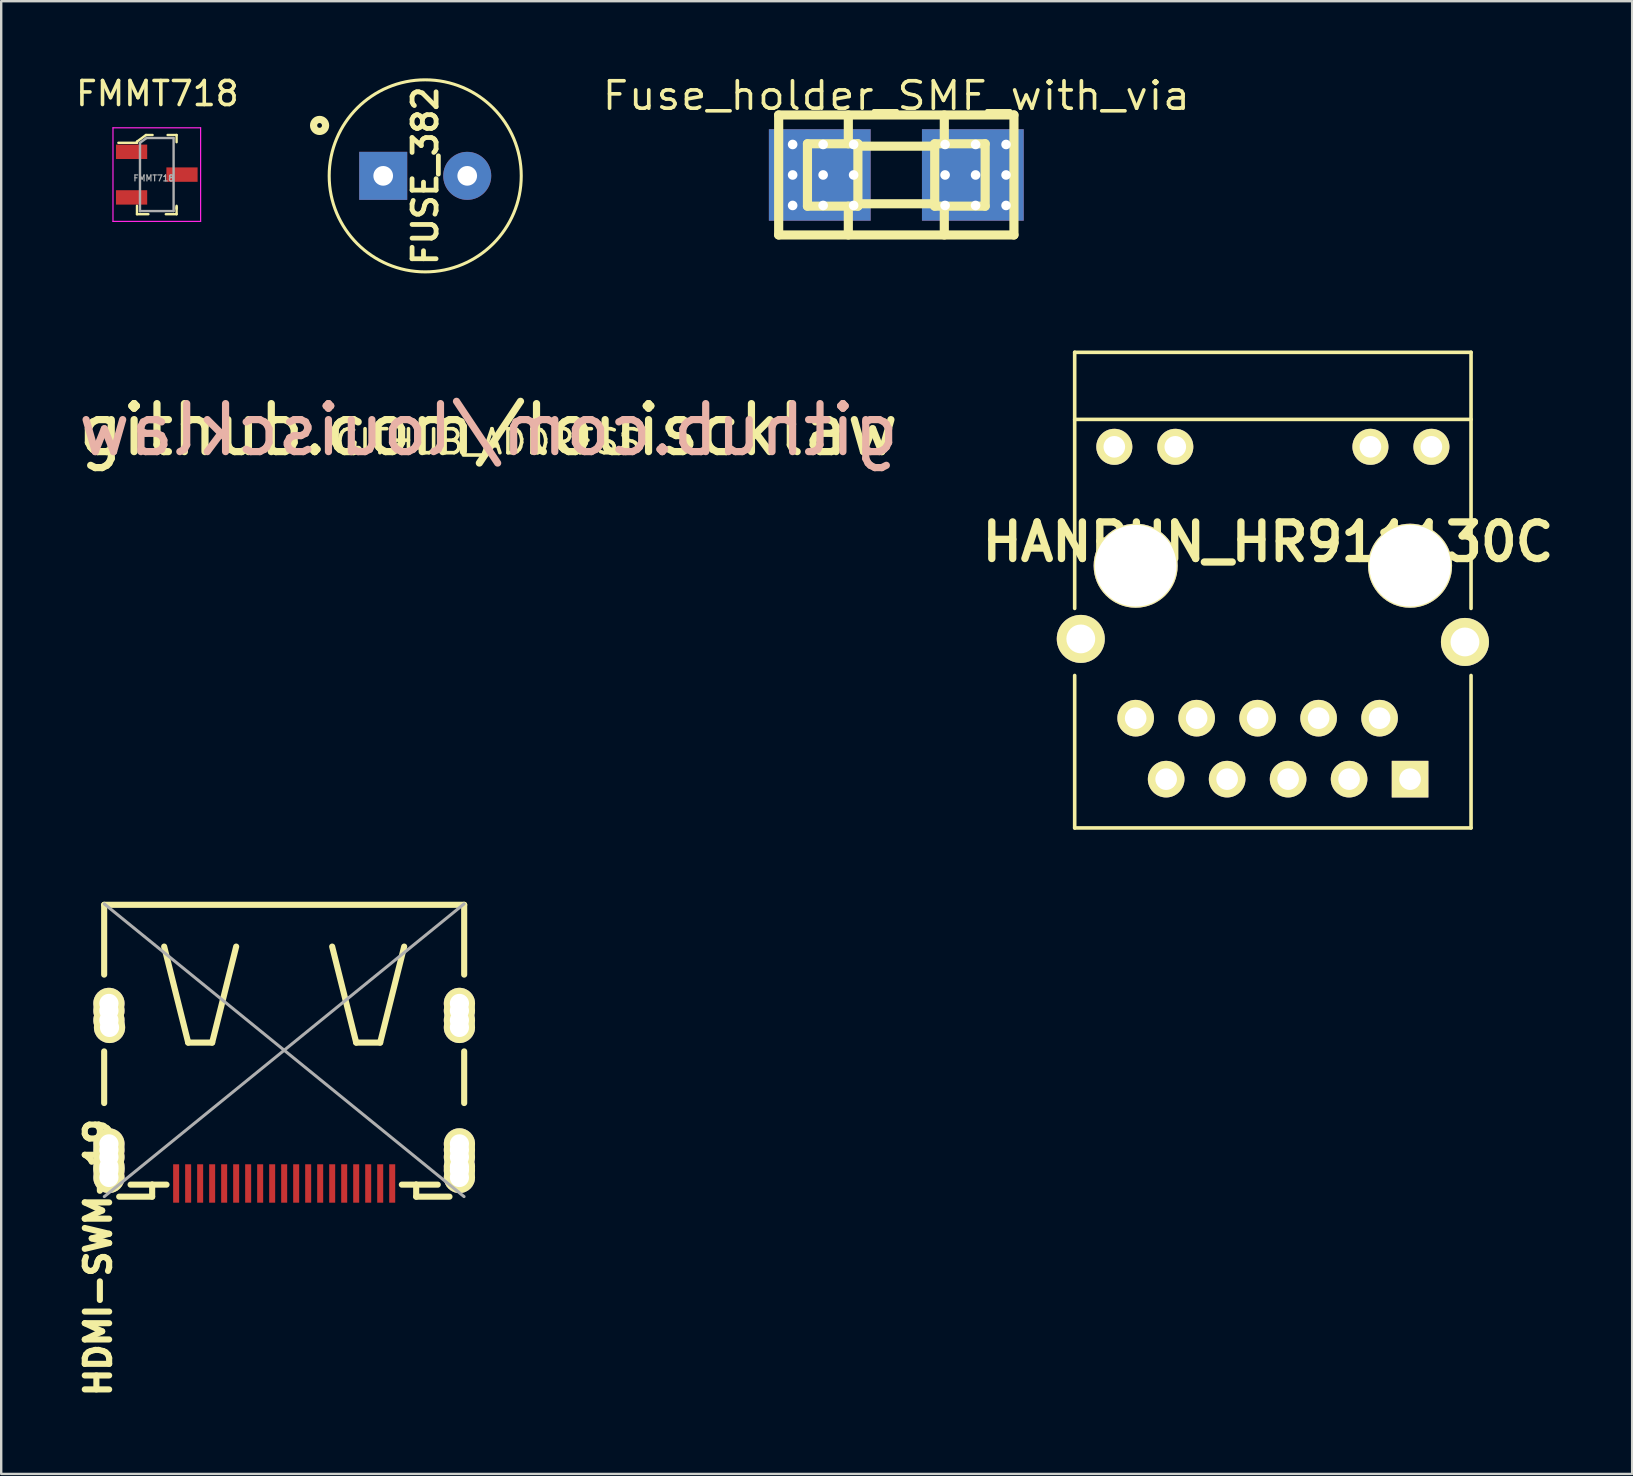
<source format=kicad_pcb>
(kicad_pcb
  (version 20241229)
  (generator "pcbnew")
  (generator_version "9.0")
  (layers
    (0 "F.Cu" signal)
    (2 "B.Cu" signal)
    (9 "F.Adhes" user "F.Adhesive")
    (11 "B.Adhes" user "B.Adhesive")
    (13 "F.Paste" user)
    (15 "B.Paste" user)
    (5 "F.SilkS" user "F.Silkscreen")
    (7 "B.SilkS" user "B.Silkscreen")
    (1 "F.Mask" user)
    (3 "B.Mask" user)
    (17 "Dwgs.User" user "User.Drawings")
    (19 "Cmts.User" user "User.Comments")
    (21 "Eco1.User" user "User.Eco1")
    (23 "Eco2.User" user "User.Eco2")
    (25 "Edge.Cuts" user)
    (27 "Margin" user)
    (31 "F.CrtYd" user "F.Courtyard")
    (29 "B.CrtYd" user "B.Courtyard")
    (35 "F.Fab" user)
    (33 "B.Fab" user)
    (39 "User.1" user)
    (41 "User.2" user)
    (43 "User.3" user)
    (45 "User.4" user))
  (footprint "FMMT718"
    (layer "F.Cu")
    (at 3.481 4.223)
    (property "Reference" "FMMT718" (at 0.025 -3.375 0) (layer "F.SilkS") (effects (font (size 1 1) (thickness 0.15))))
    (attr through_hole)
    (fp_line (start -0.825 -1.375) (end -0.825 -1.325) (stroke (width 0.1) (type solid)) (layer "F.SilkS"))
    (fp_line (start -0.825 -1.325) (end -1.6 -1.325) (stroke (width 0.1) (type solid)) (layer "F.SilkS"))
    (fp_line (start -0.825 1.65) (end -0.825 1.3) (stroke (width 0.1) (type solid)) (layer "F.SilkS"))
    (fp_line (start -0.45 -1.65) (end -0.825 -1.375) (stroke (width 0.1) (type solid)) (layer "F.SilkS"))
    (fp_line (start -0.35 1.65) (end -0.825 1.65) (stroke (width 0.1) (type solid)) (layer "F.SilkS"))
    (fp_line (start -0.175 -1.65) (end -0.45 -1.65) (stroke (width 0.1) (type solid)) (layer "F.SilkS"))
    (fp_line (start 0.45 -1.65) (end 0.825 -1.65) (stroke (width 0.1) (type solid)) (layer "F.SilkS"))
    (fp_line (start 0.825 -1.65) (end 0.825 -1.35) (stroke (width 0.1) (type solid)) (layer "F.SilkS"))
    (fp_line (start 0.825 1.35) (end 0.825 1.65) (stroke (width 0.1) (type solid)) (layer "F.SilkS"))
    (fp_line (start 0.825 1.425) (end 0.825 1.3) (stroke (width 0.1) (type solid)) (layer "F.SilkS"))
    (fp_line (start 0.825 1.65) (end 0.375 1.65) (stroke (width 0.1) (type solid)) (layer "F.SilkS"))
    (fp_line (start -1.825 -1.95) (end -1.825 1.95) (stroke (width 0.05) (type solid)) (layer "F.CrtYd"))
    (fp_line (start -1.825 -1.95) (end 1.825 -1.95) (stroke (width 0.05) (type solid)) (layer "F.CrtYd"))
    (fp_line (start 1.825 -1.95) (end 1.825 1.95) (stroke (width 0.05) (type solid)) (layer "F.CrtYd"))
    (fp_line (start 1.825 1.95) (end -1.825 1.95) (stroke (width 0.05) (type solid)) (layer "F.CrtYd"))
    (fp_line (start -0.7 -1.325) (end -0.7 1.525) (stroke (width 0.1) (type solid)) (layer "F.Fab"))
    (fp_line (start -0.7 1.52) (end 0.7 1.52) (stroke (width 0.1) (type solid)) (layer "F.Fab"))
    (fp_line (start -0.425 -1.525) (end -0.7 -1.325) (stroke (width 0.1) (type solid)) (layer "F.Fab"))
    (fp_line (start -0.425 -1.525) (end 0.7 -1.525) (stroke (width 0.1) (type solid)) (layer "F.Fab"))
    (fp_line (start 0.7 1.52) (end 0.7 -1.52) (stroke (width 0.1) (type solid)) (layer "F.Fab"))
    (fp_text user "${REFERENCE}" (at -0.125 0.15 0) (layer "F.Fab") (effects (font (size 0.25 0.25) (thickness 0.05))))
    (pad "1" smd rect (at -1.05 -0.95) (size 1.3 0.6) (layers "F.Cu" "F.Mask" "F.Paste"))
    (pad "2" smd rect (at -1.05 0.95) (size 1.3 0.6) (layers "F.Cu" "F.Mask" "F.Paste"))
    (pad "3" smd rect (at 1.05 0) (size 1.3 0.6) (layers "F.Cu" "F.Mask" "F.Paste")))
  (footprint "FUSE_382"
    (layer "F.Cu")
    (at 14.662 4.275)
    (property "Reference" "FUSE_382" (at 0 0 270) (layer "F.SilkS") (effects (font (size 1 1) (thickness 0.2))))
    (attr through_hole)
    (fp_circle (center -4.4 -2.1) (end -4.3 -2.1) (stroke (width 0.3) (type solid)) (fill no) (layer "F.SilkS"))
    (fp_circle (center 0 0) (end 4 0) (stroke (width 0.127) (type solid)) (fill no) (layer "F.SilkS"))
    (fp_circle (center 0 0) (end 4.25 0) (stroke (width 0.05) (type solid)) (fill no) (layer "Eco1.User"))
    (fp_circle (center -4.4 -2.1) (end -4.3 -2.1) (stroke (width 0.3) (type solid)) (fill no) (layer "Eco2.User"))
    (fp_circle (center 0 0) (end 4 0) (stroke (width 0.127) (type solid)) (fill no) (layer "Eco2.User"))
    (pad "1" thru_hole rect (at -1.75 0) (size 2 2) (drill 0.82) (layers "*.Cu" "*.Mask"))
    (pad "2" thru_hole circle (at 1.75 0) (size 2 2) (drill 0.82) (layers "*.Cu" "*.Mask")))
  (footprint "Fuse_holder_SMF_with_via"
    (layer "F.Cu")
    (at 34.285 4.238)
    (property "Reference" "Fuse_holder_SMF_with_via" (at 0 -3.302 0) (layer "F.SilkS") (effects (font (size 1.143 1.27) (thickness 0.152))))
    (attr through_hole)
    (fp_line (start -4.9 -2.499) (end 4.9 -2.499) (stroke (width 0.381) (type solid)) (layer "F.SilkS"))
    (fp_line (start -4.9 2.499) (end -4.9 -2.499) (stroke (width 0.381) (type solid)) (layer "F.SilkS"))
    (fp_line (start -3.701 -1.3) (end -3.701 1.3) (stroke (width 0.381) (type solid)) (layer "F.SilkS"))
    (fp_line (start -3.701 -1.3) (end -1.6 -1.3) (stroke (width 0.381) (type solid)) (layer "F.SilkS"))
    (fp_line (start -1.999 -2.499) (end -1.999 -1.3) (stroke (width 0.381) (type solid)) (layer "F.SilkS"))
    (fp_line (start -1.999 2.499) (end -1.999 1.3) (stroke (width 0.381) (type solid)) (layer "F.SilkS"))
    (fp_line (start -1.6 -1.3) (end -1.6 1.3) (stroke (width 0.381) (type solid)) (layer "F.SilkS"))
    (fp_line (start -1.6 1.3) (end -3.701 1.3) (stroke (width 0.381) (type solid)) (layer "F.SilkS"))
    (fp_line (start 1.6 -1.3) (end 1.6 1.3) (stroke (width 0.381) (type solid)) (layer "F.SilkS"))
    (fp_line (start 1.6 -1.199) (end -1.6 -1.199) (stroke (width 0.381) (type solid)) (layer "F.SilkS"))
    (fp_line (start 1.6 1.199) (end -1.6 1.199) (stroke (width 0.381) (type solid)) (layer "F.SilkS"))
    (fp_line (start 1.999 -1.3) (end 1.999 -2.499) (stroke (width 0.381) (type solid)) (layer "F.SilkS"))
    (fp_line (start 1.999 2.499) (end 1.999 1.3) (stroke (width 0.381) (type solid)) (layer "F.SilkS"))
    (fp_line (start 3.701 -1.3) (end 1.6 -1.3) (stroke (width 0.381) (type solid)) (layer "F.SilkS"))
    (fp_line (start 3.701 1.3) (end 1.6 1.3) (stroke (width 0.381) (type solid)) (layer "F.SilkS"))
    (fp_line (start 3.701 1.3) (end 3.701 -1.3) (stroke (width 0.381) (type solid)) (layer "F.SilkS"))
    (fp_line (start 4.9 -2.499) (end 4.9 2.499) (stroke (width 0.381) (type solid)) (layer "F.SilkS"))
    (fp_line (start 4.9 2.499) (end -4.9 2.499) (stroke (width 0.381) (type solid)) (layer "F.SilkS"))
    (pad "1" thru_hole circle (at -4.318 -1.27) (size 0.6 0.6) (drill 0.4) (layers "*.Cu" "F.Mask"))
    (pad "1" thru_hole circle (at -4.318 0) (size 0.6 0.6) (drill 0.4) (layers "*.Cu" "F.Mask"))
    (pad "1" thru_hole circle (at -4.318 1.27) (size 0.6 0.6) (drill 0.4) (layers "*.Cu" "F.Mask"))
    (pad "1" smd rect (at -3.188 0) (size 4.239 3.81) (layers "F.Cu" "F.Mask" "F.Paste"))
    (pad "1" smd rect (at -3.188 0) (size 4.239 3.81) (layers "B.Cu"))
    (pad "1" thru_hole circle (at -3.048 -1.27) (size 0.6 0.6) (drill 0.4) (layers "*.Cu" "F.Mask"))
    (pad "1" thru_hole circle (at -3.048 0) (size 0.6 0.6) (drill 0.4) (layers "*.Cu" "F.Mask"))
    (pad "1" thru_hole circle (at -3.048 1.27) (size 0.6 0.6) (drill 0.4) (layers "*.Cu" "F.Mask"))
    (pad "1" thru_hole circle (at -1.778 -1.27) (size 0.6 0.6) (drill 0.4) (layers "*.Cu" "F.Mask"))
    (pad "1" thru_hole circle (at -1.778 0) (size 0.6 0.6) (drill 0.4) (layers "*.Cu" "F.Mask"))
    (pad "1" thru_hole circle (at -1.778 1.27) (size 0.6 0.6) (drill 0.4) (layers "*.Cu" "F.Mask"))
    (pad "2" thru_hole circle (at 2.032 -1.27) (size 0.6 0.6) (drill 0.4) (layers "*.Cu" "F.Mask"))
    (pad "2" thru_hole circle (at 2.032 0) (size 0.6 0.6) (drill 0.4) (layers "*.Cu" "F.Mask"))
    (pad "2" thru_hole circle (at 2.032 1.27) (size 0.6 0.6) (drill 0.4) (layers "*.Cu" "F.Mask"))
    (pad "2" smd rect (at 3.188 0) (size 4.239 3.81) (layers "F.Cu" "F.Mask" "F.Paste"))
    (pad "2" smd rect (at 3.188 0) (size 4.239 3.81) (layers "B.Cu"))
    (pad "2" thru_hole circle (at 3.302 -1.27) (size 0.6 0.6) (drill 0.4) (layers "*.Cu" "F.Mask"))
    (pad "2" thru_hole circle (at 3.302 0) (size 0.6 0.6) (drill 0.4) (layers "*.Cu" "F.Mask"))
    (pad "2" thru_hole circle (at 3.302 1.27) (size 0.6 0.6) (drill 0.4) (layers "*.Cu" "F.Mask"))
    (pad "2" thru_hole circle (at 4.572 -1.27) (size 0.6 0.6) (drill 0.4) (layers "*.Cu" "F.Mask"))
    (pad "2" thru_hole circle (at 4.572 0) (size 0.6 0.6) (drill 0.4) (layers "*.Cu" "F.Mask"))
    (pad "2" thru_hole circle (at 4.572 1.27) (size 0.6 0.6) (drill 0.4) (layers "*.Cu" "F.Mask")))
  (footprint "HANRUN_HR911130C"
    (layer "F.Cu")
    (at 49.33 24.815)
    (property "Reference" "HANRUN_HR911130C" (at 0.435 -5.29 180) (layer "F.SilkS") (effects (font (size 1.524 1.524) (thickness 0.305))))
    (attr through_hole)
    (fp_line (start -7.615 -13.19) (end 8.895 -13.19) (stroke (width 0.15) (type solid)) (layer "F.SilkS"))
    (fp_line (start -7.615 -2.522) (end -7.615 -13.19) (stroke (width 0.15) (type solid)) (layer "F.SilkS"))
    (fp_line (start -7.615 6.622) (end -7.615 0.272) (stroke (width 0.15) (type solid)) (layer "F.SilkS"))
    (fp_line (start 8.895 -13.19) (end 8.895 -2.522) (stroke (width 0.15) (type solid)) (layer "F.SilkS"))
    (fp_line (start 8.895 -10.396) (end -7.615 -10.396) (stroke (width 0.15) (type solid)) (layer "F.SilkS"))
    (fp_line (start 8.895 0.272) (end 8.895 6.622) (stroke (width 0.15) (type solid)) (layer "F.SilkS"))
    (fp_line (start 8.895 6.622) (end -7.615 6.622) (stroke (width 0.15) (type solid)) (layer "F.SilkS"))
    (pad "" thru_hole circle (at -5.075 -4.3 180) (size 3.5 3.5) (drill 3.4) (layers "*.Cu" "*.Mask" "F.SilkS"))
    (pad "" thru_hole circle (at 6.355 -4.3 180) (size 3.5 3.5) (drill 3.4) (layers "*.Cu" "*.Mask" "F.SilkS"))
    (pad "1" thru_hole rect (at 6.355 4.59 180) (size 1.524 1.524) (drill 0.9) (layers "*.Cu" "*.Mask" "F.SilkS"))
    (pad "2" thru_hole circle (at 5.085 2.05 180) (size 1.524 1.524) (drill 0.9) (layers "*.Cu" "*.Mask" "F.SilkS"))
    (pad "3" thru_hole circle (at 3.815 4.59 180) (size 1.524 1.524) (drill 0.9) (layers "*.Cu" "*.Mask" "F.SilkS"))
    (pad "4" thru_hole circle (at 2.545 2.05 180) (size 1.524 1.524) (drill 0.9) (layers "*.Cu" "*.Mask" "F.SilkS"))
    (pad "5" thru_hole circle (at 1.275 4.59 180) (size 1.524 1.524) (drill 0.9) (layers "*.Cu" "*.Mask" "F.SilkS"))
    (pad "6" thru_hole circle (at 0.005 2.05 180) (size 1.524 1.524) (drill 0.9) (layers "*.Cu" "*.Mask" "F.SilkS"))
    (pad "7" thru_hole circle (at -1.265 4.59 180) (size 1.524 1.524) (drill 0.9) (layers "*.Cu" "*.Mask" "F.SilkS"))
    (pad "8" thru_hole circle (at -2.535 2.05 180) (size 1.524 1.524) (drill 0.9) (layers "*.Cu" "*.Mask" "F.SilkS"))
    (pad "9" thru_hole circle (at -3.805 4.59 180) (size 1.524 1.524) (drill 0.9) (layers "*.Cu" "*.Mask" "F.SilkS"))
    (pad "10" thru_hole circle (at -5.075 2.05 180) (size 1.524 1.524) (drill 0.9) (layers "*.Cu" "*.Mask" "F.SilkS"))
    (pad "11" thru_hole circle (at 7.244 -9.253 180) (size 1.5 1.5) (drill 0.9) (layers "*.Cu" "*.Mask" "F.SilkS"))
    (pad "12" thru_hole circle (at 4.704 -9.253 180) (size 1.5 1.5) (drill 0.9) (layers "*.Cu" "*.Mask" "F.SilkS"))
    (pad "13" thru_hole circle (at -3.424 -9.253 180) (size 1.5 1.5) (drill 0.9) (layers "*.Cu" "*.Mask" "F.SilkS"))
    (pad "14" thru_hole circle (at -5.964 -9.253 180) (size 1.5 1.5) (drill 0.9) (layers "*.Cu" "*.Mask" "F.SilkS"))
    (pad "15" thru_hole circle (at 8.641 -1.125 180) (size 2 2) (drill 1.2) (layers "*.Cu" "*.Mask" "F.SilkS"))
    (pad "16" thru_hole circle (at -7.361 -1.252 180) (size 2 2) (drill 1.2) (layers "*.Cu" "*.Mask" "F.SilkS")))
  (footprint "HDMI-SWM-19"
    (layer "F.Cu")
    (at 8.787 40.697)
    (property "Reference" "HDMI-SWM-19" (at -7.747 8.636 90) (layer "F.SilkS") (effects (font (size 1.016 1.016) (thickness 0.254))))
    (attr smd)
    (fp_line (start -7.498 -6.058) (end 7.498 -6.058) (stroke (width 0.254) (type solid)) (layer "F.SilkS"))
    (fp_line (start -7.498 -3.15) (end -7.498 -6.058) (stroke (width 0.254) (type solid)) (layer "F.SilkS"))
    (fp_line (start -7.498 2.2) (end -7.498 0.048) (stroke (width 0.254) (type solid)) (layer "F.SilkS"))
    (fp_line (start -6.873 6.099) (end -5.499 6.099) (stroke (width 0.254) (type solid)) (layer "F.SilkS"))
    (fp_line (start -5.499 5.598) (end -6.398 5.598) (stroke (width 0.254) (type solid)) (layer "F.SilkS"))
    (fp_line (start -5.499 6.099) (end -5.499 5.598) (stroke (width 0.254) (type solid)) (layer "F.SilkS"))
    (fp_line (start -4.9 5.598) (end -5.499 5.598) (stroke (width 0.254) (type solid)) (layer "F.SilkS"))
    (fp_line (start -3.998 -0.318) (end -4.999 -4.318) (stroke (width 0.254) (type solid)) (layer "F.SilkS"))
    (fp_line (start -3 -0.318) (end -3.998 -0.318) (stroke (width 0.254) (type solid)) (layer "F.SilkS"))
    (fp_line (start -1.999 -4.318) (end -3 -0.318) (stroke (width 0.254) (type solid)) (layer "F.SilkS"))
    (fp_line (start 1.999 -4.318) (end 3 -0.318) (stroke (width 0.254) (type solid)) (layer "F.SilkS"))
    (fp_line (start 3 -0.318) (end 3.998 -0.318) (stroke (width 0.254) (type solid)) (layer "F.SilkS"))
    (fp_line (start 3.998 -0.318) (end 4.999 -4.318) (stroke (width 0.254) (type solid)) (layer "F.SilkS"))
    (fp_line (start 5.499 5.598) (end 4.9 5.598) (stroke (width 0.254) (type solid)) (layer "F.SilkS"))
    (fp_line (start 5.499 5.598) (end 5.499 6.099) (stroke (width 0.254) (type solid)) (layer "F.SilkS"))
    (fp_line (start 5.499 6.099) (end 6.886 6.099) (stroke (width 0.254) (type solid)) (layer "F.SilkS"))
    (fp_line (start 6.398 5.598) (end 5.499 5.598) (stroke (width 0.254) (type solid)) (layer "F.SilkS"))
    (fp_line (start 7.498 -6.058) (end 7.498 -3.15) (stroke (width 0.254) (type solid)) (layer "F.SilkS"))
    (fp_line (start 7.498 0.048) (end 7.498 2.2) (stroke (width 0.254) (type solid)) (layer "F.SilkS"))
    (fp_line (start -7.493 -6.096) (end 7.493 6.096) (stroke (width 0.127) (type solid)) (layer "F.Fab"))
    (fp_line (start 7.493 -6.096) (end -7.493 6.096) (stroke (width 0.127) (type solid)) (layer "F.Fab"))
    (pad "1" smd rect (at -4.5 5.55 90) (size 1.6 0.25) (layers "F.Cu" "F.Mask" "F.Paste"))
    (pad "2" smd rect (at -4 5.55 90) (size 1.6 0.25) (layers "F.Cu" "F.Mask" "F.Paste"))
    (pad "3" smd rect (at -3.5 5.55 90) (size 1.6 0.25) (layers "F.Cu" "F.Mask" "F.Paste"))
    (pad "4" smd rect (at -3 5.55 90) (size 1.6 0.25) (layers "F.Cu" "F.Mask" "F.Paste"))
    (pad "5" smd rect (at -2.5 5.55 90) (size 1.6 0.25) (layers "F.Cu" "F.Mask" "F.Paste"))
    (pad "6" smd rect (at -2 5.55 90) (size 1.6 0.25) (layers "F.Cu" "F.Mask" "F.Paste"))
    (pad "7" smd rect (at -1.5 5.55 90) (size 1.6 0.25) (layers "F.Cu" "F.Mask" "F.Paste"))
    (pad "8" smd rect (at -1 5.55 90) (size 1.6 0.25) (layers "F.Cu" "F.Mask" "F.Paste"))
    (pad "9" smd rect (at -0.5 5.55 90) (size 1.6 0.25) (layers "F.Cu" "F.Mask" "F.Paste"))
    (pad "10" smd rect (at 0 5.55 90) (size 1.6 0.25) (layers "F.Cu" "F.Mask" "F.Paste"))
    (pad "11" smd rect (at 0.5 5.55 90) (size 1.6 0.25) (layers "F.Cu" "F.Mask" "F.Paste"))
    (pad "12" smd rect (at 1 5.55 90) (size 1.6 0.25) (layers "F.Cu" "F.Mask" "F.Paste"))
    (pad "13" smd rect (at 1.5 5.55 90) (size 1.6 0.25) (layers "F.Cu" "F.Mask" "F.Paste"))
    (pad "14" smd rect (at 2 5.55 90) (size 1.6 0.25) (layers "F.Cu" "F.Mask" "F.Paste"))
    (pad "15" smd rect (at 2.5 5.55 90) (size 1.6 0.25) (layers "F.Cu" "F.Mask" "F.Paste"))
    (pad "16" smd rect (at 3 5.55 90) (size 1.6 0.25) (layers "F.Cu" "F.Mask" "F.Paste"))
    (pad "17" smd rect (at 3.5 5.55 90) (size 1.6 0.25) (layers "F.Cu" "F.Mask" "F.Paste"))
    (pad "18" smd rect (at 4 5.55 90) (size 1.6 0.25) (layers "F.Cu" "F.Mask" "F.Paste"))
    (pad "19" smd rect (at 4.5 5.55 90) (size 1.6 0.25) (layers "F.Cu" "F.Mask" "F.Paste"))
    (pad "SH1" thru_hole circle (at -7.3 3.9 90) (size 1.3 1.3) (drill 0.8) (layers "*.Cu" "F.Mask" "F.SilkS"))
    (pad "SH1" thru_hole circle (at -7.3 4.15 90) (size 1.3 1.3) (drill 0.8) (layers "*.Cu" "F.Mask" "F.SilkS"))
    (pad "SH1" thru_hole circle (at -7.3 4.45 90) (size 1.3 1.3) (drill 0.8) (layers "*.Cu" "F.Mask" "F.SilkS"))
    (pad "SH1" thru_hole circle (at -7.3 4.85 90) (size 1.3 1.3) (drill 0.8) (layers "*.Cu" "F.Mask" "F.SilkS"))
    (pad "SH1" thru_hole circle (at -7.3 5 90) (size 1.3 1.3) (drill 0.8) (layers "*.Cu" "F.Mask" "F.SilkS"))
    (pad "SH1" thru_hole circle (at -7.3 5.3 90) (size 1.3 1.3) (drill 0.8) (layers "*.Cu" "F.Mask" "F.SilkS"))
    (pad "SH2" thru_hole circle (at -7.3 -1.95 90) (size 1.3 1.3) (drill 0.8) (layers "*.Cu" "F.Mask" "F.SilkS"))
    (pad "SH2" thru_hole circle (at -7.3 -1.65 90) (size 1.3 1.3) (drill 0.8) (layers "*.Cu" "F.Mask" "F.SilkS"))
    (pad "SH2" thru_hole circle (at -7.3 -1.25 90) (size 1.3 1.3) (drill 0.8) (layers "*.Cu" "F.Mask" "F.SilkS"))
    (pad "SH2" thru_hole circle (at -7.275 -0.95 90) (size 1.3 1.3) (drill 0.8) (layers "*.Cu" "F.Mask" "F.SilkS"))
    (pad "SH3" thru_hole circle (at 7.3 -1.95 90) (size 1.3 1.3) (drill 0.8) (layers "*.Cu" "F.Mask" "F.SilkS"))
    (pad "SH3" thru_hole circle (at 7.3 -1.65 90) (size 1.3 1.3) (drill 0.8) (layers "*.Cu" "F.Mask" "F.SilkS"))
    (pad "SH3" thru_hole circle (at 7.3 -1.25 90) (size 1.3 1.3) (drill 0.8) (layers "*.Cu" "F.Mask" "F.SilkS"))
    (pad "SH3" thru_hole circle (at 7.3 -0.95 90) (size 1.3 1.3) (drill 0.8) (layers "*.Cu" "F.Mask" "F.SilkS"))
    (pad "SH4" thru_hole circle (at 7.3 3.9 90) (size 1.3 1.3) (drill 0.8) (layers "*.Cu" "F.Mask" "F.SilkS"))
    (pad "SH4" thru_hole circle (at 7.3 4.15 90) (size 1.3 1.3) (drill 0.8) (layers "*.Cu" "F.Mask" "F.SilkS"))
    (pad "SH4" thru_hole circle (at 7.3 4.45 90) (size 1.3 1.3) (drill 0.8) (layers "*.Cu" "F.Mask" "F.SilkS"))
    (pad "SH4" thru_hole circle (at 7.3 4.85 90) (size 1.3 1.3) (drill 0.8) (layers "*.Cu" "F.Mask" "F.SilkS"))
    (pad "SH4" thru_hole circle (at 7.3 5 90) (size 1.3 1.3) (drill 0.8) (layers "*.Cu" "F.Mask" "F.SilkS"))
    (pad "SH4" thru_hole circle (at 7.3 5.3 90) (size 1.3 1.3) (drill 0.8) (layers "*.Cu" "F.Mask" "F.SilkS")))
  (footprint "GITHUB_ADDRESS"
    (layer "F.Cu")
    (at 17.298 14.852)
    (property "Reference" "GITHUB_ADDRESS" (at 0 0.5 0) (layer "F.SilkS") (effects (font (size 1 1) (thickness 0.15))))
    (attr through_hole)
    (fp_text user "github.com/louiscklaw" (at 0 0 0) (layer "F.SilkS") (effects (font (size 2 2) (thickness 0.3))))
    (fp_text user "github.com/louiscklaw" (at 0 0 0) (layer "B.SilkS") (effects (font (size 2 2) (thickness 0.3)) (justify mirror)))
    (pad "" smd circle (at -15.24 -2.54) (size 1.524 1.524) (layers "F.Mask" "F.Paste")))
  (gr_rect
    (start -3 -3)
    (end 64.936 58.345)
    (stroke (width 0.1) (type default))
    (fill no)
    (layer "Edge.Cuts")))
</source>
